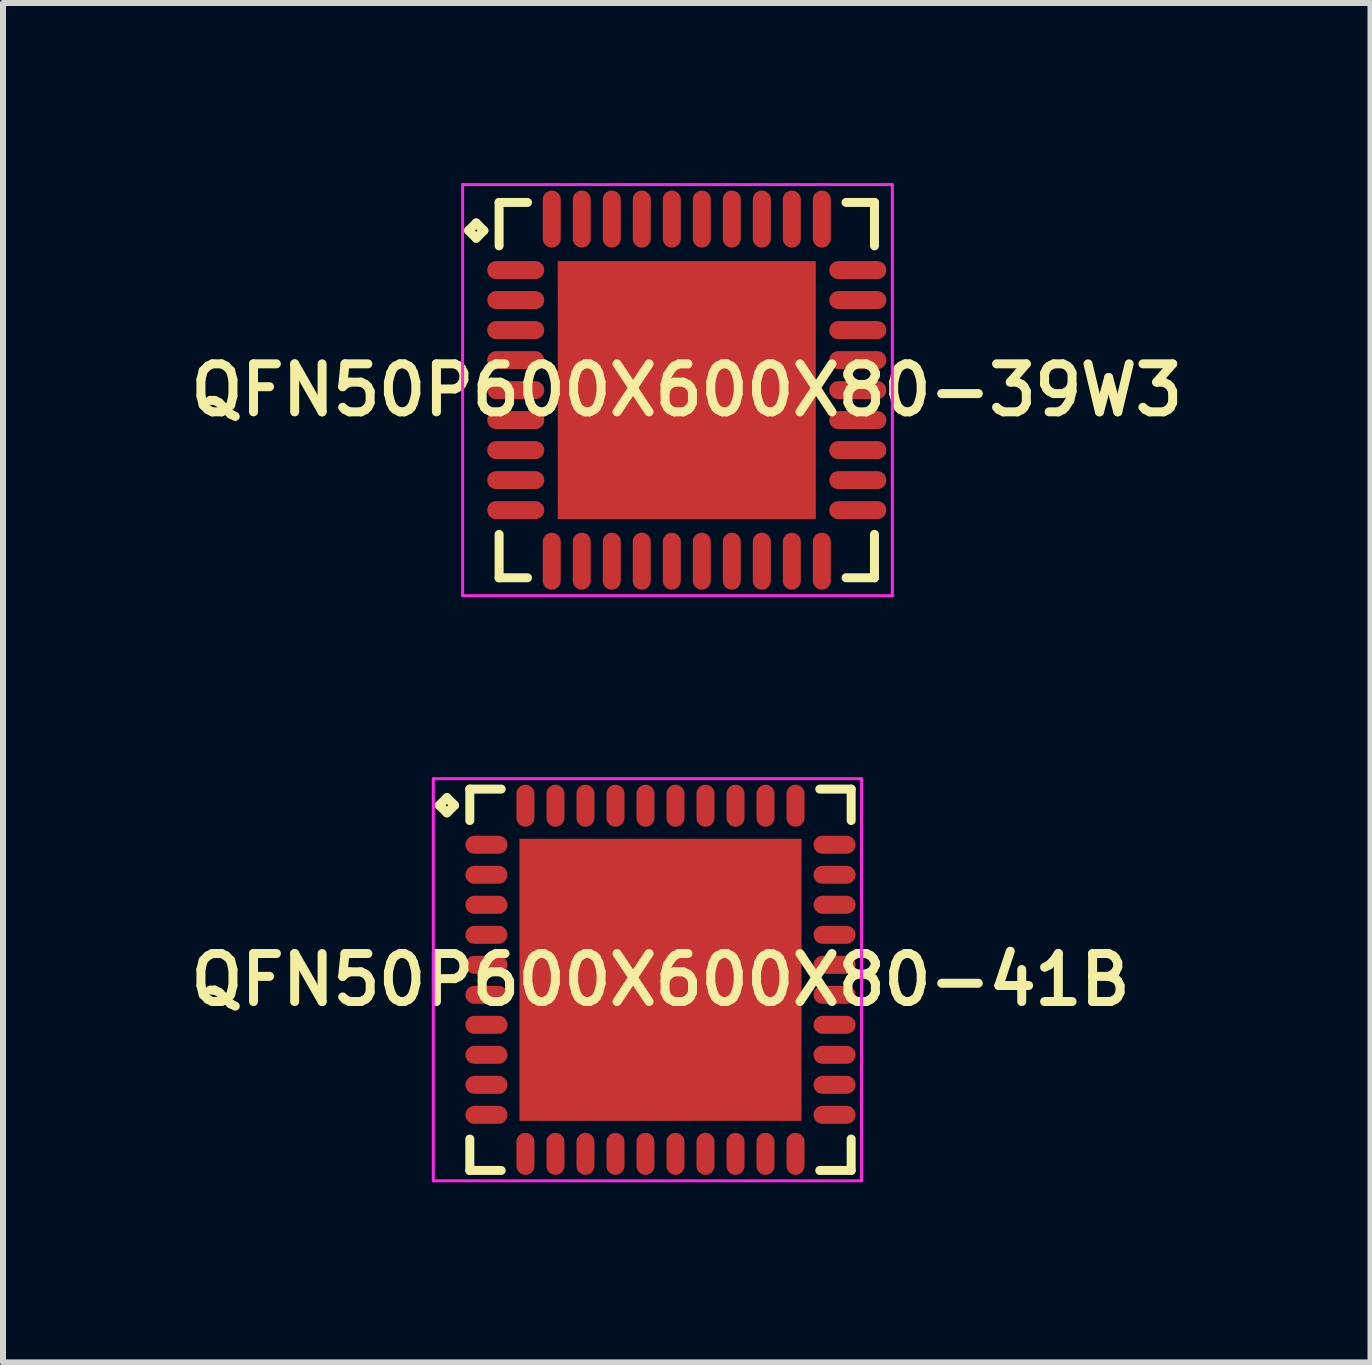
<source format=kicad_pcb>
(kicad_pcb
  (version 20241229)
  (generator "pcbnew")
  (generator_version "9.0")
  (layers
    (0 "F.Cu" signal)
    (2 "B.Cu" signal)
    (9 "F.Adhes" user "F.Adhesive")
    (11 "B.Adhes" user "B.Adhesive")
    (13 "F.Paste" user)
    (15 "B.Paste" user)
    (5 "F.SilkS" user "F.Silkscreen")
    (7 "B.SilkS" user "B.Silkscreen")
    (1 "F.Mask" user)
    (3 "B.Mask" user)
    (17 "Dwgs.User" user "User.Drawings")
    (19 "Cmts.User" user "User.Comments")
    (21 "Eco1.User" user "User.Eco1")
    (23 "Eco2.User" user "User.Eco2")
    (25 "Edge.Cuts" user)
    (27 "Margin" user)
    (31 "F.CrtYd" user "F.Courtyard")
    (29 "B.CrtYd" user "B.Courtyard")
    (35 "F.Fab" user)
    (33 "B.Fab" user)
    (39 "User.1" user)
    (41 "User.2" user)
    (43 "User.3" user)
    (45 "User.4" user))
  (footprint "QFN50P600X600X80-39W3"
    (layer "F.Cu")
    (at 8.393 3.45)
    (property "Reference" "QFN50P600X600X80-39W3" (at 0 0 0) (layer "F.SilkS") (effects (font (size 0.8 0.8) (thickness 0.15))))
    (attr smd)
    (fp_line (start -3.635 -2.658) (end -3.508 -2.785) (stroke (width 0.15) (type solid)) (layer "F.SilkS"))
    (fp_line (start -3.508 -2.785) (end -3.381 -2.658) (stroke (width 0.15) (type solid)) (layer "F.SilkS"))
    (fp_line (start -3.508 -2.531) (end -3.635 -2.658) (stroke (width 0.15) (type solid)) (layer "F.SilkS"))
    (fp_line (start -3.381 -2.658) (end -3.508 -2.531) (stroke (width 0.15) (type solid)) (layer "F.SilkS"))
    (fp_line (start -3.127 -3.127) (end -2.654 -3.127) (stroke (width 0.15) (type solid)) (layer "F.SilkS"))
    (fp_line (start -3.127 -2.404) (end -3.127 -3.127) (stroke (width 0.15) (type solid)) (layer "F.SilkS"))
    (fp_line (start -3.127 2.404) (end -3.127 3.127) (stroke (width 0.15) (type solid)) (layer "F.SilkS"))
    (fp_line (start -3.127 3.127) (end -2.654 3.127) (stroke (width 0.15) (type solid)) (layer "F.SilkS"))
    (fp_line (start 2.654 -3.127) (end 3.127 -3.127) (stroke (width 0.15) (type solid)) (layer "F.SilkS"))
    (fp_line (start 2.654 3.127) (end 3.127 3.127) (stroke (width 0.15) (type solid)) (layer "F.SilkS"))
    (fp_line (start 3.127 -3.127) (end 3.127 -2.404) (stroke (width 0.15) (type solid)) (layer "F.SilkS"))
    (fp_line (start 3.127 3.127) (end 3.127 2.404) (stroke (width 0.15) (type solid)) (layer "F.SilkS"))
    (fp_line (start -3.735 -3.425) (end 3.425 -3.425) (stroke (width 0.05) (type solid)) (layer "F.CrtYd"))
    (fp_line (start -3.735 3.425) (end -3.735 -3.425) (stroke (width 0.05) (type solid)) (layer "F.CrtYd"))
    (fp_line (start 3.425 -3.425) (end 3.425 3.425) (stroke (width 0.05) (type solid)) (layer "F.CrtYd"))
    (fp_line (start 3.425 3.425) (end -3.735 3.425) (stroke (width 0.05) (type solid)) (layer "F.CrtYd"))
    (pad "1" smd oval (at -2.85 -2) (size 0.95 0.3) (layers "F.Cu" "F.Mask" "F.Paste"))
    (pad "2" smd oval (at -2.85 -1.5) (size 0.95 0.3) (layers "F.Cu" "F.Mask" "F.Paste"))
    (pad "3" smd oval (at -2.85 -1) (size 0.95 0.3) (layers "F.Cu" "F.Mask" "F.Paste"))
    (pad "4" smd oval (at -2.85 -0.5) (size 0.95 0.3) (layers "F.Cu" "F.Mask" "F.Paste"))
    (pad "5" smd oval (at -2.85 0) (size 0.95 0.3) (layers "F.Cu" "F.Mask" "F.Paste"))
    (pad "6" smd oval (at -2.85 0.5) (size 0.95 0.3) (layers "F.Cu" "F.Mask" "F.Paste"))
    (pad "7" smd oval (at -2.85 1) (size 0.95 0.3) (layers "F.Cu" "F.Mask" "F.Paste"))
    (pad "8" smd oval (at -2.85 1.5) (size 0.95 0.3) (layers "F.Cu" "F.Mask" "F.Paste"))
    (pad "9" smd oval (at -2.85 2) (size 0.95 0.3) (layers "F.Cu" "F.Mask" "F.Paste"))
    (pad "10" smd oval (at -2.25 2.85) (size 0.3 0.95) (layers "F.Cu" "F.Mask" "F.Paste"))
    (pad "11" smd oval (at -1.75 2.85) (size 0.3 0.95) (layers "F.Cu" "F.Mask" "F.Paste"))
    (pad "12" smd oval (at -1.25 2.85) (size 0.3 0.95) (layers "F.Cu" "F.Mask" "F.Paste"))
    (pad "13" smd oval (at -0.75 2.85) (size 0.3 0.95) (layers "F.Cu" "F.Mask" "F.Paste"))
    (pad "14" smd oval (at -0.25 2.85) (size 0.3 0.95) (layers "F.Cu" "F.Mask" "F.Paste"))
    (pad "15" smd oval (at 0.25 2.85) (size 0.3 0.95) (layers "F.Cu" "F.Mask" "F.Paste"))
    (pad "16" smd oval (at 0.75 2.85) (size 0.3 0.95) (layers "F.Cu" "F.Mask" "F.Paste"))
    (pad "17" smd oval (at 1.25 2.85) (size 0.3 0.95) (layers "F.Cu" "F.Mask" "F.Paste"))
    (pad "18" smd oval (at 1.75 2.85) (size 0.3 0.95) (layers "F.Cu" "F.Mask" "F.Paste"))
    (pad "19" smd oval (at 2.25 2.85) (size 0.3 0.95) (layers "F.Cu" "F.Mask" "F.Paste"))
    (pad "20" smd oval (at 2.85 2) (size 0.95 0.3) (layers "F.Cu" "F.Mask" "F.Paste"))
    (pad "21" smd oval (at 2.85 1.5) (size 0.95 0.3) (layers "F.Cu" "F.Mask" "F.Paste"))
    (pad "22" smd oval (at 2.85 1) (size 0.95 0.3) (layers "F.Cu" "F.Mask" "F.Paste"))
    (pad "23" smd oval (at 2.85 0.5) (size 0.95 0.3) (layers "F.Cu" "F.Mask" "F.Paste"))
    (pad "24" smd oval (at 2.85 0) (size 0.95 0.3) (layers "F.Cu" "F.Mask" "F.Paste"))
    (pad "25" smd oval (at 2.85 -0.5) (size 0.95 0.3) (layers "F.Cu" "F.Mask" "F.Paste"))
    (pad "26" smd oval (at 2.85 -1) (size 0.95 0.3) (layers "F.Cu" "F.Mask" "F.Paste"))
    (pad "27" smd oval (at 2.85 -1.5) (size 0.95 0.3) (layers "F.Cu" "F.Mask" "F.Paste"))
    (pad "28" smd oval (at 2.85 -2) (size 0.95 0.3) (layers "F.Cu" "F.Mask" "F.Paste"))
    (pad "29" smd oval (at 2.25 -2.85) (size 0.3 0.95) (layers "F.Cu" "F.Mask" "F.Paste"))
    (pad "30" smd oval (at 1.75 -2.85) (size 0.3 0.95) (layers "F.Cu" "F.Mask" "F.Paste"))
    (pad "31" smd oval (at 1.25 -2.85) (size 0.3 0.95) (layers "F.Cu" "F.Mask" "F.Paste"))
    (pad "32" smd oval (at 0.75 -2.85) (size 0.3 0.95) (layers "F.Cu" "F.Mask" "F.Paste"))
    (pad "33" smd oval (at 0.25 -2.85) (size 0.3 0.95) (layers "F.Cu" "F.Mask" "F.Paste"))
    (pad "34" smd oval (at -0.25 -2.85) (size 0.3 0.95) (layers "F.Cu" "F.Mask" "F.Paste"))
    (pad "35" smd oval (at -0.75 -2.85) (size 0.3 0.95) (layers "F.Cu" "F.Mask" "F.Paste"))
    (pad "36" smd oval (at -1.25 -2.85) (size 0.3 0.95) (layers "F.Cu" "F.Mask" "F.Paste"))
    (pad "37" smd oval (at -1.75 -2.85) (size 0.3 0.95) (layers "F.Cu" "F.Mask" "F.Paste"))
    (pad "38" smd oval (at -2.25 -2.85) (size 0.3 0.95) (layers "F.Cu" "F.Mask" "F.Paste"))
    (pad "39" smd rect (at 0 0) (size 4.3 4.3) (layers "F.Cu" "F.Mask" "F.Paste")))
  (footprint "QFN50P600X600X80-41B"
    (layer "F.Cu")
    (at 7.955 13.275)
    (property "Reference" "QFN50P600X600X80-41B" (at 0 0 0) (layer "F.SilkS") (effects (font (size 0.8 0.8) (thickness 0.15))))
    (attr smd)
    (fp_line (start -3.685 -2.908) (end -3.558 -3.035) (stroke (width 0.15) (type solid)) (layer "F.SilkS"))
    (fp_line (start -3.558 -3.035) (end -3.431 -2.908) (stroke (width 0.15) (type solid)) (layer "F.SilkS"))
    (fp_line (start -3.558 -2.781) (end -3.685 -2.908) (stroke (width 0.15) (type solid)) (layer "F.SilkS"))
    (fp_line (start -3.431 -2.908) (end -3.558 -2.781) (stroke (width 0.15) (type solid)) (layer "F.SilkS"))
    (fp_line (start -3.177 -3.177) (end -2.654 -3.177) (stroke (width 0.15) (type solid)) (layer "F.SilkS"))
    (fp_line (start -3.177 -2.654) (end -3.177 -3.177) (stroke (width 0.15) (type solid)) (layer "F.SilkS"))
    (fp_line (start -3.177 2.654) (end -3.177 3.177) (stroke (width 0.15) (type solid)) (layer "F.SilkS"))
    (fp_line (start -3.177 3.177) (end -2.654 3.177) (stroke (width 0.15) (type solid)) (layer "F.SilkS"))
    (fp_line (start 2.654 -3.177) (end 3.177 -3.177) (stroke (width 0.15) (type solid)) (layer "F.SilkS"))
    (fp_line (start 2.654 3.177) (end 3.177 3.177) (stroke (width 0.15) (type solid)) (layer "F.SilkS"))
    (fp_line (start 3.177 -3.177) (end 3.177 -2.654) (stroke (width 0.15) (type solid)) (layer "F.SilkS"))
    (fp_line (start 3.177 3.177) (end 3.177 2.654) (stroke (width 0.15) (type solid)) (layer "F.SilkS"))
    (fp_line (start -3.785 -3.35) (end 3.35 -3.35) (stroke (width 0.05) (type solid)) (layer "F.CrtYd"))
    (fp_line (start -3.785 3.35) (end -3.785 -3.35) (stroke (width 0.05) (type solid)) (layer "F.CrtYd"))
    (fp_line (start 3.35 -3.35) (end 3.35 3.35) (stroke (width 0.05) (type solid)) (layer "F.CrtYd"))
    (fp_line (start 3.35 3.35) (end -3.785 3.35) (stroke (width 0.05) (type solid)) (layer "F.CrtYd"))
    (pad "1" smd oval (at -2.9 -2.25) (size 0.7 0.3) (layers "F.Cu" "F.Mask" "F.Paste"))
    (pad "2" smd oval (at -2.9 -1.75) (size 0.7 0.3) (layers "F.Cu" "F.Mask" "F.Paste"))
    (pad "3" smd oval (at -2.9 -1.25) (size 0.7 0.3) (layers "F.Cu" "F.Mask" "F.Paste"))
    (pad "4" smd oval (at -2.9 -0.75) (size 0.7 0.3) (layers "F.Cu" "F.Mask" "F.Paste"))
    (pad "5" smd oval (at -2.9 -0.25) (size 0.7 0.3) (layers "F.Cu" "F.Mask" "F.Paste"))
    (pad "6" smd oval (at -2.9 0.25) (size 0.7 0.3) (layers "F.Cu" "F.Mask" "F.Paste"))
    (pad "7" smd oval (at -2.9 0.75) (size 0.7 0.3) (layers "F.Cu" "F.Mask" "F.Paste"))
    (pad "8" smd oval (at -2.9 1.25) (size 0.7 0.3) (layers "F.Cu" "F.Mask" "F.Paste"))
    (pad "9" smd oval (at -2.9 1.75) (size 0.7 0.3) (layers "F.Cu" "F.Mask" "F.Paste"))
    (pad "10" smd oval (at -2.9 2.25) (size 0.7 0.3) (layers "F.Cu" "F.Mask" "F.Paste"))
    (pad "11" smd oval (at -2.25 2.9) (size 0.3 0.7) (layers "F.Cu" "F.Mask" "F.Paste"))
    (pad "12" smd oval (at -1.75 2.9) (size 0.3 0.7) (layers "F.Cu" "F.Mask" "F.Paste"))
    (pad "13" smd oval (at -1.25 2.9) (size 0.3 0.7) (layers "F.Cu" "F.Mask" "F.Paste"))
    (pad "14" smd oval (at -0.75 2.9) (size 0.3 0.7) (layers "F.Cu" "F.Mask" "F.Paste"))
    (pad "15" smd oval (at -0.25 2.9) (size 0.3 0.7) (layers "F.Cu" "F.Mask" "F.Paste"))
    (pad "16" smd oval (at 0.25 2.9) (size 0.3 0.7) (layers "F.Cu" "F.Mask" "F.Paste"))
    (pad "17" smd oval (at 0.75 2.9) (size 0.3 0.7) (layers "F.Cu" "F.Mask" "F.Paste"))
    (pad "18" smd oval (at 1.25 2.9) (size 0.3 0.7) (layers "F.Cu" "F.Mask" "F.Paste"))
    (pad "19" smd oval (at 1.75 2.9) (size 0.3 0.7) (layers "F.Cu" "F.Mask" "F.Paste"))
    (pad "20" smd oval (at 2.25 2.9) (size 0.3 0.7) (layers "F.Cu" "F.Mask" "F.Paste"))
    (pad "21" smd oval (at 2.9 2.25) (size 0.7 0.3) (layers "F.Cu" "F.Mask" "F.Paste"))
    (pad "22" smd oval (at 2.9 1.75) (size 0.7 0.3) (layers "F.Cu" "F.Mask" "F.Paste"))
    (pad "23" smd oval (at 2.9 1.25) (size 0.7 0.3) (layers "F.Cu" "F.Mask" "F.Paste"))
    (pad "24" smd oval (at 2.9 0.75) (size 0.7 0.3) (layers "F.Cu" "F.Mask" "F.Paste"))
    (pad "25" smd oval (at 2.9 0.25) (size 0.7 0.3) (layers "F.Cu" "F.Mask" "F.Paste"))
    (pad "26" smd oval (at 2.9 -0.25) (size 0.7 0.3) (layers "F.Cu" "F.Mask" "F.Paste"))
    (pad "27" smd oval (at 2.9 -0.75) (size 0.7 0.3) (layers "F.Cu" "F.Mask" "F.Paste"))
    (pad "28" smd oval (at 2.9 -1.25) (size 0.7 0.3) (layers "F.Cu" "F.Mask" "F.Paste"))
    (pad "29" smd oval (at 2.9 -1.75) (size 0.7 0.3) (layers "F.Cu" "F.Mask" "F.Paste"))
    (pad "30" smd oval (at 2.9 -2.25) (size 0.7 0.3) (layers "F.Cu" "F.Mask" "F.Paste"))
    (pad "31" smd oval (at 2.25 -2.9) (size 0.3 0.7) (layers "F.Cu" "F.Mask" "F.Paste"))
    (pad "32" smd oval (at 1.75 -2.9) (size 0.3 0.7) (layers "F.Cu" "F.Mask" "F.Paste"))
    (pad "33" smd oval (at 1.25 -2.9) (size 0.3 0.7) (layers "F.Cu" "F.Mask" "F.Paste"))
    (pad "34" smd oval (at 0.75 -2.9) (size 0.3 0.7) (layers "F.Cu" "F.Mask" "F.Paste"))
    (pad "35" smd oval (at 0.25 -2.9) (size 0.3 0.7) (layers "F.Cu" "F.Mask" "F.Paste"))
    (pad "36" smd oval (at -0.25 -2.9) (size 0.3 0.7) (layers "F.Cu" "F.Mask" "F.Paste"))
    (pad "37" smd oval (at -0.75 -2.9) (size 0.3 0.7) (layers "F.Cu" "F.Mask" "F.Paste"))
    (pad "38" smd oval (at -1.25 -2.9) (size 0.3 0.7) (layers "F.Cu" "F.Mask" "F.Paste"))
    (pad "39" smd oval (at -1.75 -2.9) (size 0.3 0.7) (layers "F.Cu" "F.Mask" "F.Paste"))
    (pad "40" smd oval (at -2.25 -2.9) (size 0.3 0.7) (layers "F.Cu" "F.Mask" "F.Paste"))
    (pad "41" smd rect (at 0 0) (size 4.7 4.7) (layers "F.Cu" "F.Mask" "F.Paste")))
  (gr_rect
    (start -3 -3)
    (end 19.785 19.65)
    (stroke (width 0.1) (type default))
    (fill no)
    (layer "Edge.Cuts")))
</source>
